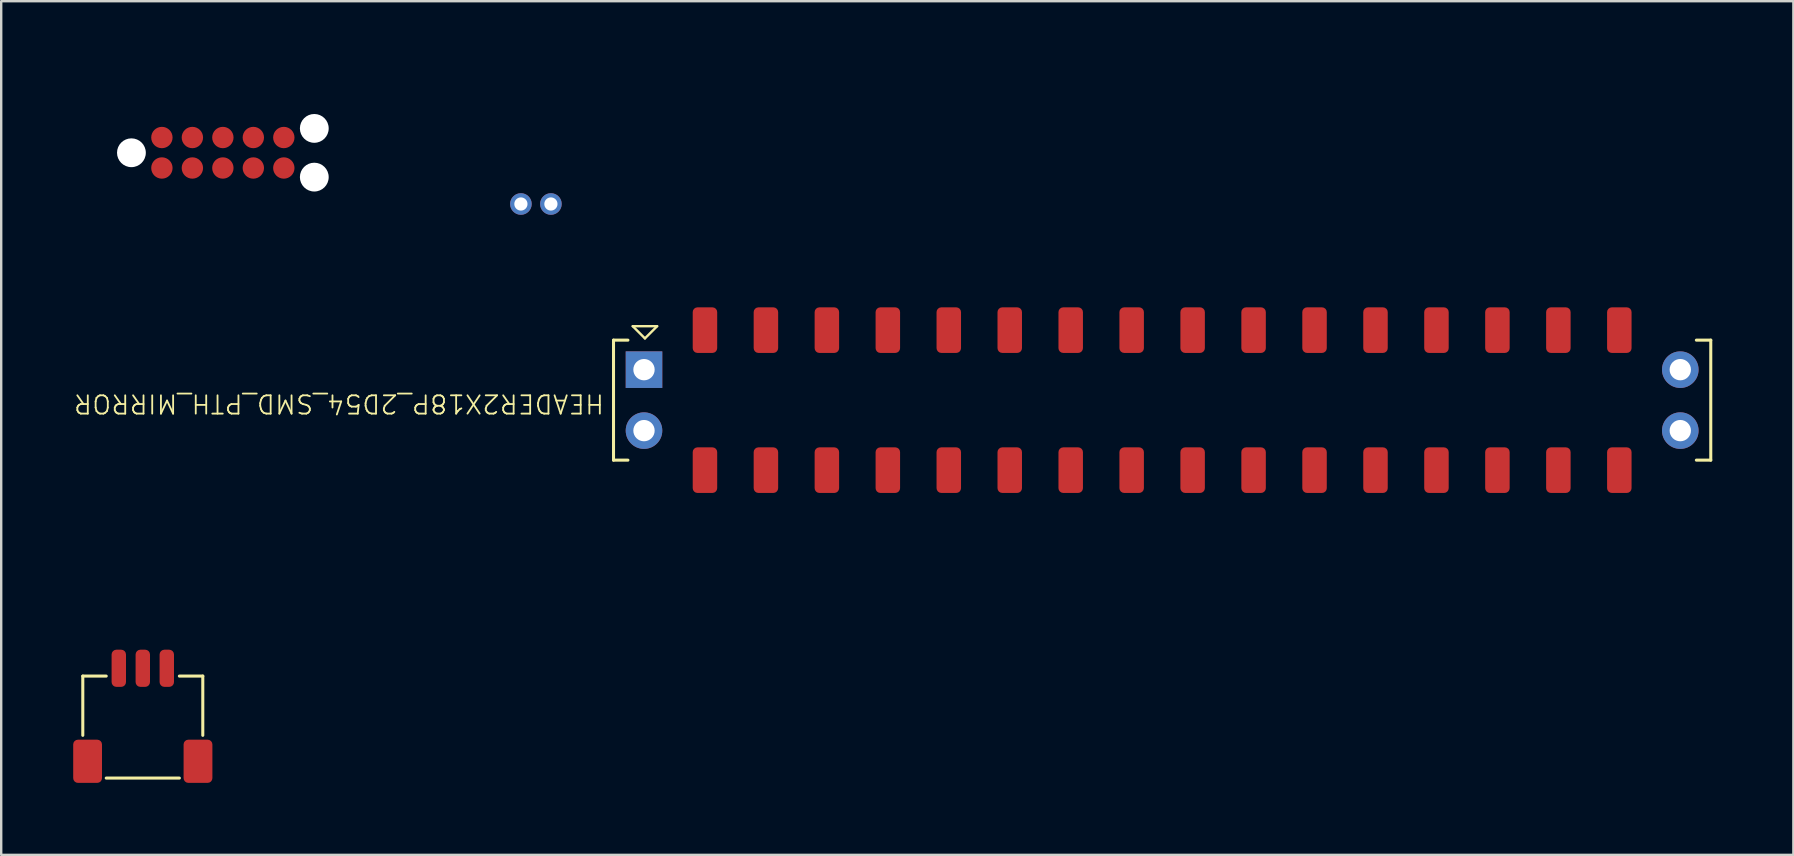
<source format=kicad_pcb>
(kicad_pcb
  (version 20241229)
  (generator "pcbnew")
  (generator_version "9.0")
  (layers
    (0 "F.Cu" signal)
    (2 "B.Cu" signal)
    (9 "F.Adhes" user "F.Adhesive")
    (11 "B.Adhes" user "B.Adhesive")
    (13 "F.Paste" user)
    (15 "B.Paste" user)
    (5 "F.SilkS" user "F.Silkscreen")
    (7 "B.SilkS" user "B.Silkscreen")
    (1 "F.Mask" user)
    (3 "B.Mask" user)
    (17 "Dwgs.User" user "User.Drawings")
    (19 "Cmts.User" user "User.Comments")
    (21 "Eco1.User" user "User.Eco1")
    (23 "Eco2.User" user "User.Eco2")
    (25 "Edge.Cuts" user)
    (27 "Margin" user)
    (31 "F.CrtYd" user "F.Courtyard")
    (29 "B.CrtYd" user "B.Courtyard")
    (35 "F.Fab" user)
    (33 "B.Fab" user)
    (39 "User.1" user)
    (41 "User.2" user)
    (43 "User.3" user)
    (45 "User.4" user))
  (footprint "JST3P_1D0_5X4_25X2_9MM"
    (layer "F.Cu")
    (at 2.9 27.209)
    (property "Reference" "JST3P_1D0_5X4_25X2_9MM" (at -0.061 -0.025 90) (unlocked yes) (layer "Eco1.User") (effects (font (size 0.33 0.33) (thickness 0.02)) (justify left bottom)))
    (fp_line (start -2.5 0.381) (end -2.5 -2.088) (stroke (width 0.127) (type solid)) (layer "F.SilkS"))
    (fp_line (start -1.524 -2.088) (end -2.5 -2.088) (stroke (width 0.127) (type solid)) (layer "F.SilkS"))
    (fp_line (start 1.524 2.162) (end -1.524 2.162) (stroke (width 0.127) (type solid)) (layer "F.SilkS"))
    (fp_line (start 2.5 -2.088) (end 1.524 -2.088) (stroke (width 0.127) (type solid)) (layer "F.SilkS"))
    (fp_line (start 2.5 0.381) (end 2.5 -2.088) (stroke (width 0.127) (type solid)) (layer "F.SilkS"))
    (fp_line (start -2.54 2.159) (end -2.54 -2.159) (stroke (width 0.025) (type solid)) (layer "Eco1.User"))
    (fp_line (start 2.54 -2.159) (end -2.54 -2.159) (stroke (width 0.025) (type solid)) (layer "Eco1.User"))
    (fp_line (start 2.54 2.159) (end -2.54 2.159) (stroke (width 0.025) (type solid)) (layer "Eco1.User"))
    (fp_line (start 2.54 2.159) (end 2.54 -2.159) (stroke (width 0.025) (type solid)) (layer "Eco1.User"))
    (fp_poly (pts (xy -2.54 -2.159) (xy -2.54 2.159) (xy 2.54 2.159) (xy 2.54 -2.159)) (stroke (width 0.1) (type default)) (fill no) (layer "User.7"))
    (fp_text user "1" (at -1 -2.081 0) (unlocked yes) (layer "Eco1.User") (effects (font (size 0.635 0.635) (thickness 0.041)) (justify left bottom)))
    (fp_text user "2" (at 0 -2.081 0) (unlocked yes) (layer "Eco1.User") (effects (font (size 0.635 0.635) (thickness 0.041)) (justify left bottom)))
    (fp_text user "5" (at 2.3 1.794 0) (unlocked yes) (layer "Eco1.User") (effects (font (size 0.635 0.635) (thickness 0.041)) (justify left bottom)))
    (fp_text user "4" (at -2.3 1.794 0) (unlocked yes) (layer "Eco1.User") (effects (font (size 0.635 0.635) (thickness 0.041)) (justify left bottom)))
    (fp_text user "3" (at 1 -2.081 0) (unlocked yes) (layer "Eco1.User") (effects (font (size 0.635 0.635) (thickness 0.041)) (justify left bottom)))
    (fp_text user "3P-1.0mm" (at -0.635 -0.557 0) (unlocked yes) (layer "Eco1.User") (effects (font (size 0.635 0.635) (thickness 0.041)) (justify left bottom)))
    (pad "1" smd roundrect (at -1 -2.413 180) (size 0.6 1.55) (layers "F.Cu" "F.Mask" "F.Paste") (roundrect_rratio 0.335))
    (pad "2" smd roundrect (at 0 -2.413 180) (size 0.6 1.55) (layers "F.Cu" "F.Mask" "F.Paste") (roundrect_rratio 0.335))
    (pad "3" smd roundrect (at 1 -2.413 180) (size 0.6 1.55) (layers "F.Cu" "F.Mask" "F.Paste") (roundrect_rratio 0.335))
    (pad "4" smd roundrect (at -2.3 1.462 180) (size 1.2 1.8) (layers "F.Cu" "F.Mask" "F.Paste") (roundrect_rratio 0.165))
    (pad "5" smd roundrect (at 2.3 1.462 180) (size 1.2 1.8) (layers "F.Cu" "F.Mask" "F.Paste") (roundrect_rratio 0.165)))
  (footprint "CONNECT10_1D27_12_4X6_7MM"
    (layer "F.Cu")
    (at 7.76 3.594)
    (property "Reference" "CONNECT10_1D27_12_4X6_7MM" (at -1.524 0.254 180) (unlocked yes) (layer "Eco1.User") (effects (font (size 0.33 0.33) (thickness 0.02)) (justify left bottom mirror)))
    (fp_line (start -7.747 -3.581) (end -7.747 3.15) (stroke (width 0.025) (type solid)) (layer "Eco1.User"))
    (fp_line (start 4.699 -3.581) (end -7.747 -3.581) (stroke (width 0.025) (type solid)) (layer "Eco1.User"))
    (fp_line (start 4.699 -3.581) (end 4.699 3.15) (stroke (width 0.025) (type solid)) (layer "Eco1.User"))
    (fp_line (start 4.699 3.15) (end -7.747 3.15) (stroke (width 0.025) (type solid)) (layer "Eco1.User"))
    (fp_poly (pts (xy 4.699 -1.473) (xy 4.699 1.473) (xy -4.699 1.473) (xy -4.699 -1.473)) (stroke (width 0.1) (type default)) (fill no) (layer "User.8"))
    (fp_text user "7" (at -0.254 -0.583 180) (unlocked yes) (layer "Eco1.User") (effects (font (size 0.635 0.635) (thickness 0.041)) (justify left bottom mirror)))
    (fp_text user "1" (at -4.064 0.687 180) (unlocked yes) (layer "Eco1.User") (effects (font (size 0.635 0.635) (thickness 0.041)) (justify left bottom mirror)))
    (fp_text user "10" (at -4.064 -0.329 180) (unlocked yes) (layer "Eco1.User") (effects (font (size 0.635 0.635) (thickness 0.041)) (justify left bottom mirror)))
    (fp_text user "3" (at -1.524 0.687 180) (unlocked yes) (layer "Eco1.User") (effects (font (size 0.635 0.635) (thickness 0.041)) (justify left bottom mirror)))
    (fp_text user "5" (at 1.016 0.687 180) (unlocked yes) (layer "Eco1.User") (effects (font (size 0.635 0.635) (thickness 0.041)) (justify left bottom mirror)))
    (fp_text user "9" (at -2.794 -0.583 180) (unlocked yes) (layer "Eco1.User") (effects (font (size 0.635 0.635) (thickness 0.041)) (justify left bottom mirror)))
    (fp_text user "4" (at -0.254 0.687 180) (unlocked yes) (layer "Eco1.User") (effects (font (size 0.635 0.635) (thickness 0.041)) (justify left bottom mirror)))
    (fp_text user "2" (at -2.794 0.687 180) (unlocked yes) (layer "Eco1.User") (effects (font (size 0.635 0.635) (thickness 0.041)) (justify left bottom mirror)))
    (fp_text user "TC2050-IDC" (at -2.413 -0.075 180) (unlocked yes) (layer "Eco1.User") (effects (font (size 0.635 0.635) (thickness 0.041)) (justify left bottom mirror)))
    (fp_text user "8" (at -1.524 -0.583 180) (unlocked yes) (layer "Eco1.User") (effects (font (size 0.635 0.635) (thickness 0.041)) (justify left bottom mirror)))
    (fp_text user "6" (at 1.016 -0.583 180) (unlocked yes) (layer "Eco1.User") (effects (font (size 0.635 0.635) (thickness 0.041)) (justify left bottom mirror)))
    (pad "" np_thru_hole circle (at -5.334 -0.279 270) (size 1.2 1.2) (drill 1.2) (layers "*.Cu" "*.Mask"))
    (pad "" np_thru_hole circle (at 2.286 -1.294 270) (size 1.2 1.2) (drill 1.2) (layers "*.Cu" "*.Mask"))
    (pad "" np_thru_hole circle (at 2.286 0.736 270) (size 1.2 1.2) (drill 1.2) (layers "*.Cu" "*.Mask"))
    (pad "1" smd circle (at -4.064 0.356 270) (size 0.89 0.89) (layers "F.Cu" "F.Mask" "F.Paste"))
    (pad "2" smd circle (at -2.794 0.356 270) (size 0.89 0.89) (layers "F.Cu" "F.Mask" "F.Paste"))
    (pad "3" smd circle (at -1.524 0.356 270) (size 0.89 0.89) (layers "F.Cu" "F.Mask" "F.Paste"))
    (pad "4" smd circle (at -0.254 0.356 270) (size 0.89 0.89) (layers "F.Cu" "F.Mask" "F.Paste"))
    (pad "5" smd circle (at 1.016 0.356 270) (size 0.89 0.89) (layers "F.Cu" "F.Mask" "F.Paste"))
    (pad "6" smd circle (at 1.016 -0.914 270) (size 0.89 0.89) (layers "F.Cu" "F.Mask" "F.Paste"))
    (pad "7" smd circle (at -0.254 -0.914 270) (size 0.89 0.89) (layers "F.Cu" "F.Mask" "F.Paste"))
    (pad "8" smd circle (at -1.524 -0.914 270) (size 0.89 0.89) (layers "F.Cu" "F.Mask" "F.Paste"))
    (pad "9" smd circle (at -2.794 -0.914 270) (size 0.89 0.89) (layers "F.Cu" "F.Mask" "F.Paste"))
    (pad "10" smd circle (at -4.064 -0.914 270) (size 0.89 0.89) (layers "F.Cu" "F.Mask" "F.Paste")))
  (footprint "HEADER2X18P_2D54_SMD_PTH_MIRROR"
    (layer "F.Cu")
    (at 45.374 13.623)
    (property "Reference" "HEADER2X18P_2D54_SMD_PTH_MIRROR" (at 0.264 -0.206 180) (unlocked yes) (layer "Eco1.User") (effects (font (size 0.33 0.33) (thickness 0.02)) (justify left bottom)))
    (fp_line (start -22.86 -2.5) (end -22.86 2.5) (stroke (width 0.127) (type solid)) (layer "F.SilkS"))
    (fp_line (start -22.26 -2.5) (end -22.86 -2.5) (stroke (width 0.127) (type solid)) (layer "F.SilkS"))
    (fp_line (start -22.26 2.5) (end -22.86 2.5) (stroke (width 0.127) (type solid)) (layer "F.SilkS"))
    (fp_line (start 22.86 -2.5) (end 22.26 -2.5) (stroke (width 0.127) (type solid)) (layer "F.SilkS"))
    (fp_line (start 22.86 -2.5) (end 22.86 2.5) (stroke (width 0.127) (type solid)) (layer "F.SilkS"))
    (fp_line (start 22.86 2.5) (end 22.26 2.5) (stroke (width 0.127) (type solid)) (layer "F.SilkS"))
    (fp_poly (pts (xy -21.551 -2.573) (xy -21.043 -3.081) (xy -22.059 -3.081)) (stroke (width 0.1) (type dash)) (fill no) (layer "F.SilkS"))
    (fp_line (start -22.86 -2.54) (end -22.86 2.54) (stroke (width 0.025) (type solid)) (layer "Eco1.User"))
    (fp_line (start 22.86 -2.54) (end -22.86 -2.54) (stroke (width 0.025) (type solid)) (layer "Eco1.User"))
    (fp_line (start 22.86 -2.54) (end 22.86 2.54) (stroke (width 0.025) (type solid)) (layer "Eco1.User"))
    (fp_line (start 22.86 2.54) (end -22.86 2.54) (stroke (width 0.025) (type solid)) (layer "Eco1.User"))
    (fp_poly (pts (xy 22.86 2.54) (xy 22.86 -2.54) (xy -22.86 -2.54) (xy -22.86 2.54)) (stroke (width 0.1) (type default)) (fill no) (layer "User.7"))
    (fp_text user "${REFERENCE}" (at -23.199 -0.298 180) (unlocked yes) (layer "F.SilkS") (effects (font (size 0.762 0.762) (thickness 0.076)) (justify left bottom)))
    (fp_text user "17" (at -0.254 -2.839 0) (unlocked yes) (layer "Eco1.User") (effects (font (size 0.635 0.635) (thickness 0.041)) (justify left bottom)))
    (fp_text user "2" (at -21.336 1.348 0) (unlocked yes) (layer "Eco1.User") (effects (font (size 0.635 0.635) (thickness 0.041)) (justify left bottom)))
    (fp_text user "36" (at 22.098 1.348 0) (unlocked yes) (layer "Eco1.User") (effects (font (size 0.635 0.635) (thickness 0.041)) (justify left bottom)))
    (fp_text user "31" (at 17.526 -2.839 0) (unlocked yes) (layer "Eco1.User") (effects (font (size 0.635 0.635) (thickness 0.041)) (justify left bottom)))
    (fp_text user "34" (at 20.066 2.995 0) (unlocked yes) (layer "Eco1.User") (effects (font (size 0.635 0.635) (thickness 0.041)) (justify left bottom)))
    (fp_text user "1" (at -21.336 -1.192 0) (unlocked yes) (layer "Eco1.User") (effects (font (size 0.635 0.635) (thickness 0.041)) (justify left bottom)))
    (fp_text user "Header 2x18 2.54mm" (at 0 0.078 0) (unlocked yes) (layer "Eco1.User") (effects (font (size 0.635 0.635) (thickness 0.041)) (justify left bottom)))
    (fp_text user "10" (at -10.414 2.995 0) (unlocked yes) (layer "Eco1.User") (effects (font (size 0.635 0.635) (thickness 0.041)) (justify left bottom)))
    (fp_text user "20" (at 2.286 2.995 0) (unlocked yes) (layer "Eco1.User") (effects (font (size 0.635 0.635) (thickness 0.041)) (justify left bottom)))
    (fp_text user "23" (at 7.366 -2.839 0) (unlocked yes) (layer "Eco1.User") (effects (font (size 0.635 0.635) (thickness 0.041)) (justify left bottom)))
    (fp_text user "15" (at -2.794 -2.839 0) (unlocked yes) (layer "Eco1.User") (effects (font (size 0.635 0.635) (thickness 0.041)) (justify left bottom)))
    (fp_text user "33" (at 20.066 -2.839 0) (unlocked yes) (layer "Eco1.User") (effects (font (size 0.635 0.635) (thickness 0.041)) (justify left bottom)))
    (fp_text user "12" (at -7.874 2.995 0) (unlocked yes) (layer "Eco1.User") (effects (font (size 0.635 0.635) (thickness 0.041)) (justify left bottom)))
    (fp_text user "8" (at -13.462 2.995 0) (unlocked yes) (layer "Eco1.User") (effects (font (size 0.635 0.635) (thickness 0.041)) (justify left bottom)))
    (fp_text user "16" (at -2.794 2.995 0) (unlocked yes) (layer "Eco1.User") (effects (font (size 0.635 0.635) (thickness 0.041)) (justify left bottom)))
    (fp_text user "19" (at 2.286 -2.839 0) (unlocked yes) (layer "Eco1.User") (effects (font (size 0.635 0.635) (thickness 0.041)) (justify left bottom)))
    (fp_text user "6" (at -16.002 2.995 0) (unlocked yes) (layer "Eco1.User") (effects (font (size 0.635 0.635) (thickness 0.041)) (justify left bottom)))
    (fp_text user "35" (at 22.098 -1.192 0) (unlocked yes) (layer "Eco1.User") (effects (font (size 0.635 0.635) (thickness 0.041)) (justify left bottom)))
    (fp_text user "32" (at 17.526 2.995 0) (unlocked yes) (layer "Eco1.User") (effects (font (size 0.635 0.635) (thickness 0.041)) (justify left bottom)))
    (fp_text user "9" (at -10.922 -2.839 0) (unlocked yes) (layer "Eco1.User") (effects (font (size 0.635 0.635) (thickness 0.041)) (justify left bottom)))
    (fp_text user "30" (at 14.986 2.995 0) (unlocked yes) (layer "Eco1.User") (effects (font (size 0.635 0.635) (thickness 0.041)) (justify left bottom)))
    (fp_text user "18" (at -0.254 2.995 0) (unlocked yes) (layer "Eco1.User") (effects (font (size 0.635 0.635) (thickness 0.041)) (justify left bottom)))
    (fp_text user "26" (at 9.906 2.995 0) (unlocked yes) (layer "Eco1.User") (effects (font (size 0.635 0.635) (thickness 0.041)) (justify left bottom)))
    (fp_text user "5" (at -16.002 -2.839 0) (unlocked yes) (layer "Eco1.User") (effects (font (size 0.635 0.635) (thickness 0.041)) (justify left bottom)))
    (fp_text user "29" (at 14.986 -2.839 0) (unlocked yes) (layer "Eco1.User") (effects (font (size 0.635 0.635) (thickness 0.041)) (justify left bottom)))
    (fp_text user "4" (at -18.542 2.995 0) (unlocked yes) (layer "Eco1.User") (effects (font (size 0.635 0.635) (thickness 0.041)) (justify left bottom)))
    (fp_text user "14" (at -5.334 2.995 0) (unlocked yes) (layer "Eco1.User") (effects (font (size 0.635 0.635) (thickness 0.041)) (justify left bottom)))
    (fp_text user "11" (at -7.874 -2.839 0) (unlocked yes) (layer "Eco1.User") (effects (font (size 0.635 0.635) (thickness 0.041)) (justify left bottom)))
    (fp_text user "3" (at -18.542 -2.839 0) (unlocked yes) (layer "Eco1.User") (effects (font (size 0.635 0.635) (thickness 0.041)) (justify left bottom)))
    (fp_text user "28" (at 12.446 2.995 0) (unlocked yes) (layer "Eco1.User") (effects (font (size 0.635 0.635) (thickness 0.041)) (justify left bottom)))
    (fp_text user "7" (at -13.462 -2.839 0) (unlocked yes) (layer "Eco1.User") (effects (font (size 0.635 0.635) (thickness 0.041)) (justify left bottom)))
    (fp_text user "27" (at 12.446 -2.839 0) (unlocked yes) (layer "Eco1.User") (effects (font (size 0.635 0.635) (thickness 0.041)) (justify left bottom)))
    (fp_text user "25" (at 9.906 -2.839 0) (unlocked yes) (layer "Eco1.User") (effects (font (size 0.635 0.635) (thickness 0.041)) (justify left bottom)))
    (fp_text user "24" (at 7.366 2.995 0) (unlocked yes) (layer "Eco1.User") (effects (font (size 0.635 0.635) (thickness 0.041)) (justify left bottom)))
    (fp_text user "13" (at -5.334 -2.839 0) (unlocked yes) (layer "Eco1.User") (effects (font (size 0.635 0.635) (thickness 0.041)) (justify left bottom)))
    (fp_text user "21" (at 4.826 -2.839 0) (unlocked yes) (layer "Eco1.User") (effects (font (size 0.635 0.635) (thickness 0.041)) (justify left bottom)))
    (fp_text user "22" (at 4.826 2.995 0) (unlocked yes) (layer "Eco1.User") (effects (font (size 0.635 0.635) (thickness 0.041)) (justify left bottom)))
    (pad "1" thru_hole rect (at -21.59 -1.27 180) (size 1.524 1.524) (drill 0.889) (layers "*.Cu" "*.Mask"))
    (pad "2" thru_hole circle (at -21.59 1.27 180) (size 1.524 1.524) (drill 0.889) (layers "*.Cu" "*.Mask"))
    (pad "3" smd roundrect (at -19.05 -2.917 180) (size 1.02 1.9) (layers "F.Cu" "F.Mask" "F.Paste") (roundrect_rratio 0.195))
    (pad "4" smd roundrect (at -19.05 2.917 180) (size 1.02 1.9) (layers "F.Cu" "F.Mask" "F.Paste") (roundrect_rratio 0.195))
    (pad "5" smd roundrect (at -16.51 -2.917 180) (size 1.02 1.9) (layers "F.Cu" "F.Mask" "F.Paste") (roundrect_rratio 0.195))
    (pad "6" smd roundrect (at -16.51 2.917 180) (size 1.02 1.9) (layers "F.Cu" "F.Mask" "F.Paste") (roundrect_rratio 0.195))
    (pad "7" smd roundrect (at -13.97 -2.917 180) (size 1.02 1.9) (layers "F.Cu" "F.Mask" "F.Paste") (roundrect_rratio 0.195))
    (pad "8" smd roundrect (at -13.97 2.917 180) (size 1.02 1.9) (layers "F.Cu" "F.Mask" "F.Paste") (roundrect_rratio 0.195))
    (pad "9" smd roundrect (at -11.43 -2.917 180) (size 1.02 1.9) (layers "F.Cu" "F.Mask" "F.Paste") (roundrect_rratio 0.195))
    (pad "10" smd roundrect (at -11.43 2.917 180) (size 1.02 1.9) (layers "F.Cu" "F.Mask" "F.Paste") (roundrect_rratio 0.195))
    (pad "11" smd roundrect (at -8.89 -2.917 180) (size 1.02 1.9) (layers "F.Cu" "F.Mask" "F.Paste") (roundrect_rratio 0.195))
    (pad "12" smd roundrect (at -8.89 2.917 180) (size 1.02 1.9) (layers "F.Cu" "F.Mask" "F.Paste") (roundrect_rratio 0.195))
    (pad "13" smd roundrect (at -6.35 -2.917 180) (size 1.02 1.9) (layers "F.Cu" "F.Mask" "F.Paste") (roundrect_rratio 0.195))
    (pad "14" smd roundrect (at -6.35 2.917 180) (size 1.02 1.9) (layers "F.Cu" "F.Mask" "F.Paste") (roundrect_rratio 0.195))
    (pad "15" smd roundrect (at -3.81 -2.917 180) (size 1.02 1.9) (layers "F.Cu" "F.Mask" "F.Paste") (roundrect_rratio 0.195))
    (pad "16" smd roundrect (at -3.81 2.917 180) (size 1.02 1.9) (layers "F.Cu" "F.Mask" "F.Paste") (roundrect_rratio 0.195))
    (pad "17" smd roundrect (at -1.27 -2.917 180) (size 1.02 1.9) (layers "F.Cu" "F.Mask" "F.Paste") (roundrect_rratio 0.195))
    (pad "18" smd roundrect (at -1.27 2.917 180) (size 1.02 1.9) (layers "F.Cu" "F.Mask" "F.Paste") (roundrect_rratio 0.195))
    (pad "19" smd roundrect (at 1.27 -2.917 180) (size 1.02 1.9) (layers "F.Cu" "F.Mask" "F.Paste") (roundrect_rratio 0.195))
    (pad "20" smd roundrect (at 1.27 2.917 180) (size 1.02 1.9) (layers "F.Cu" "F.Mask" "F.Paste") (roundrect_rratio 0.195))
    (pad "21" smd roundrect (at 3.81 -2.917 180) (size 1.02 1.9) (layers "F.Cu" "F.Mask" "F.Paste") (roundrect_rratio 0.195))
    (pad "22" smd roundrect (at 3.81 2.917 180) (size 1.02 1.9) (layers "F.Cu" "F.Mask" "F.Paste") (roundrect_rratio 0.195))
    (pad "23" smd roundrect (at 6.35 -2.917 180) (size 1.02 1.9) (layers "F.Cu" "F.Mask" "F.Paste") (roundrect_rratio 0.195))
    (pad "24" smd roundrect (at 6.35 2.917 180) (size 1.02 1.9) (layers "F.Cu" "F.Mask" "F.Paste") (roundrect_rratio 0.195))
    (pad "25" smd roundrect (at 8.89 -2.917 180) (size 1.02 1.9) (layers "F.Cu" "F.Mask" "F.Paste") (roundrect_rratio 0.195))
    (pad "26" smd roundrect (at 8.89 2.917 180) (size 1.02 1.9) (layers "F.Cu" "F.Mask" "F.Paste") (roundrect_rratio 0.195))
    (pad "27" smd roundrect (at 11.43 -2.917 180) (size 1.02 1.9) (layers "F.Cu" "F.Mask" "F.Paste") (roundrect_rratio 0.195))
    (pad "28" smd roundrect (at 11.43 2.917 180) (size 1.02 1.9) (layers "F.Cu" "F.Mask" "F.Paste") (roundrect_rratio 0.195))
    (pad "29" smd roundrect (at 13.97 -2.917 180) (size 1.02 1.9) (layers "F.Cu" "F.Mask" "F.Paste") (roundrect_rratio 0.195))
    (pad "30" smd roundrect (at 13.97 2.917 180) (size 1.02 1.9) (layers "F.Cu" "F.Mask" "F.Paste") (roundrect_rratio 0.195))
    (pad "31" smd roundrect (at 16.51 -2.917 180) (size 1.02 1.9) (layers "F.Cu" "F.Mask" "F.Paste") (roundrect_rratio 0.195))
    (pad "32" smd roundrect (at 16.51 2.917 180) (size 1.02 1.9) (layers "F.Cu" "F.Mask" "F.Paste") (roundrect_rratio 0.195))
    (pad "33" smd roundrect (at 19.05 -2.917 180) (size 1.02 1.9) (layers "F.Cu" "F.Mask" "F.Paste") (roundrect_rratio 0.195))
    (pad "34" smd roundrect (at 19.05 2.917 180) (size 1.02 1.9) (layers "F.Cu" "F.Mask" "F.Paste") (roundrect_rratio 0.195))
    (pad "35" thru_hole circle (at 21.59 -1.27 180) (size 1.524 1.524) (drill 0.889) (layers "*.Cu" "*.Mask"))
    (pad "36" thru_hole circle (at 21.59 1.27 180) (size 1.524 1.524) (drill 0.889) (layers "*.Cu" "*.Mask")))
  (footprint "HEADER2P_1D25_DIP"
    (layer "F.Cu")
    (at 19.28 4.85)
    (property "Reference" "HEADER2P_1D25_DIP" (at 0.487 0.271 270) (unlocked yes) (layer "Eco1.User") (effects (font (size 0.33 0.33) (thickness 0.02)) (justify left bottom mirror)))
    (fp_line (start -2.2 -1.8) (end 2.2 -1.8) (stroke (width 0.025) (type solid)) (layer "Eco1.User"))
    (fp_line (start -2.2 1.8) (end -2.2 -1.8) (stroke (width 0.025) (type solid)) (layer "Eco1.User"))
    (fp_line (start -2.2 1.8) (end 2.2 1.8) (stroke (width 0.025) (type solid)) (layer "Eco1.User"))
    (fp_line (start 2.2 1.8) (end 2.2 -1.8) (stroke (width 0.025) (type solid)) (layer "Eco1.User"))
    (fp_poly (pts (xy -2.2 -1.8) (xy -2.2 1.8) (xy 2.2 1.8) (xy 2.2 -1.8)) (stroke (width 0.1) (type default)) (fill no) (layer "User.8"))
    (fp_text user "2" (at -0.7 0.646 180) (unlocked yes) (layer "Eco1.User") (effects (font (size 0.08 0.08) (thickness 0.004)) (justify left bottom mirror)))
    (fp_text user "Header 1x2 1.25mm" (at 0.3 -1.89 180) (unlocked yes) (layer "Eco1.User") (effects (font (size 0.08 0.08) (thickness 0.004)) (justify left bottom mirror)))
    (fp_text user "1" (at 0.6 0.646 180) (unlocked yes) (layer "Eco1.User") (effects (font (size 0.08 0.08) (thickness 0.004)) (justify left bottom mirror)))
    (pad "1" thru_hole circle (at 0.625 0.6 90) (size 0.9 0.9) (drill 0.55) (layers "*.Cu" "*.Mask"))
    (pad "2" thru_hole circle (at -0.625 0.6 90) (size 0.9 0.9) (drill 0.55) (layers "*.Cu" "*.Mask")))
  (gr_rect
    (start -3 -3)
    (end 71.676 32.571)
    (stroke (width 0.1) (type default))
    (fill no)
    (layer "Edge.Cuts")))
</source>
